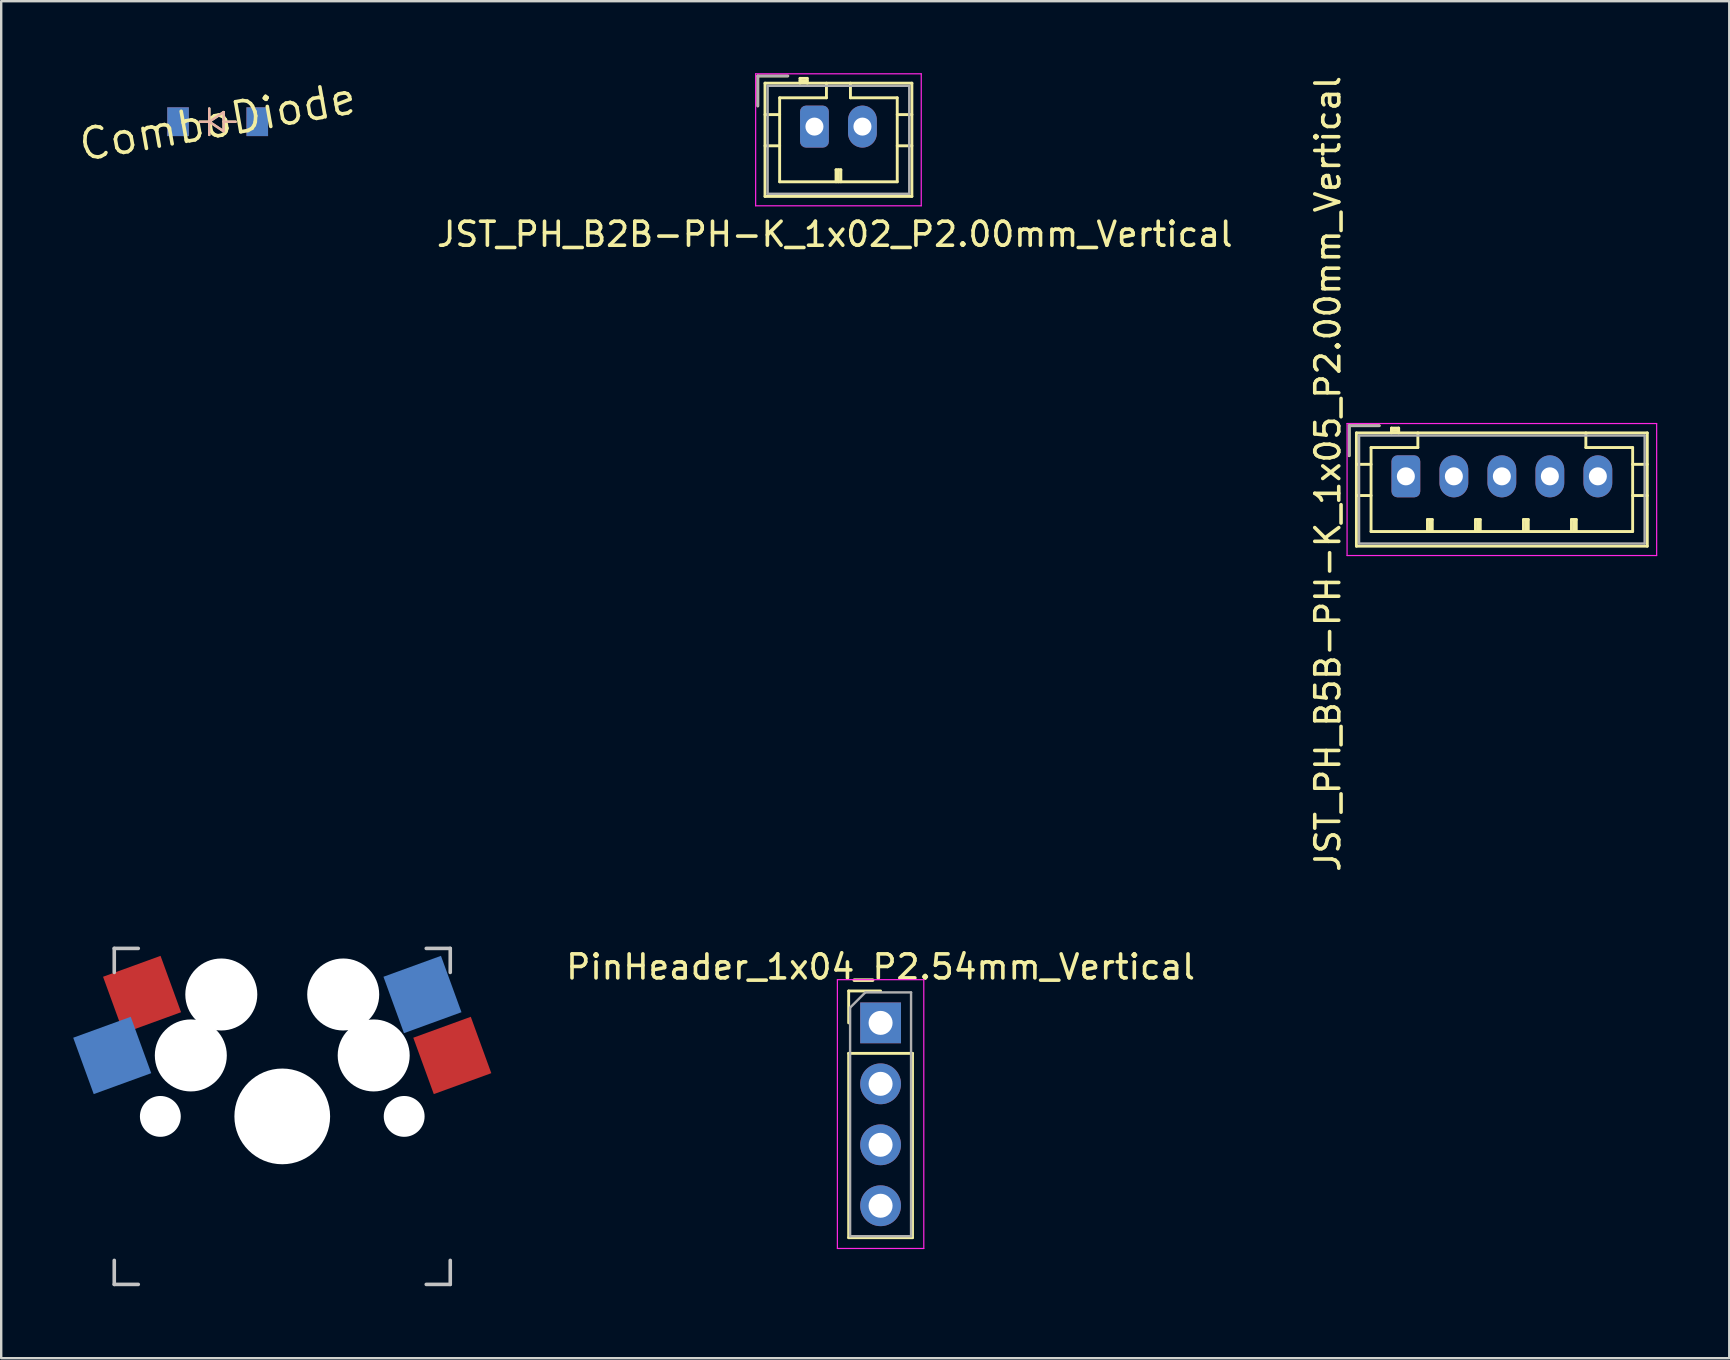
<source format=kicad_pcb>
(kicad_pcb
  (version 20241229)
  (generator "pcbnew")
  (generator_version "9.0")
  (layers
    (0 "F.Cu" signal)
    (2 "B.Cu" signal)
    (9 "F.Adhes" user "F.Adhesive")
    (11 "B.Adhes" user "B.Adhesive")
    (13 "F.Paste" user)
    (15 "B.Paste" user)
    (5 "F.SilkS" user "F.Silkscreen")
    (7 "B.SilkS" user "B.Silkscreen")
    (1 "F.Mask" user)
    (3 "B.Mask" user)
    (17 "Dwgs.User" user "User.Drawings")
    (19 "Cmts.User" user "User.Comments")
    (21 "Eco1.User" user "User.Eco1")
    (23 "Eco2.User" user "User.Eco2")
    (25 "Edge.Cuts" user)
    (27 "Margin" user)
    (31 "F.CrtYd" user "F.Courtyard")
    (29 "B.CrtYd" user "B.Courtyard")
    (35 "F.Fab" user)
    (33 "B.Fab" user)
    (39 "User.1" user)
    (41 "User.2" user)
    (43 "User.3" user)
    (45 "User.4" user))
  (footprint "ComboDiode"
    (layer "F.Cu")
    (at 6.019 2.021)
    (property "Reference" "ComboDiode" (at 0 0 10) (layer "F.SilkS") (effects (font (size 1.27 1.27) (thickness 0.15))))
    (attr through_hole)
    (fp_line (start -0.75 0) (end -0.35 0) (stroke (width 0.1) (type solid)) (layer "F.SilkS"))
    (fp_line (start -0.35 0) (end -0.35 -0.55) (stroke (width 0.1) (type solid)) (layer "F.SilkS"))
    (fp_line (start -0.35 0) (end -0.35 0.55) (stroke (width 0.1) (type solid)) (layer "F.SilkS"))
    (fp_line (start -0.35 0) (end 0.25 -0.4) (stroke (width 0.1) (type solid)) (layer "F.SilkS"))
    (fp_line (start 0.25 -0.4) (end 0.25 0.4) (stroke (width 0.1) (type solid)) (layer "F.SilkS"))
    (fp_line (start 0.25 0) (end 0.75 0) (stroke (width 0.1) (type solid)) (layer "F.SilkS"))
    (fp_line (start 0.25 0.4) (end -0.35 0) (stroke (width 0.1) (type solid)) (layer "F.SilkS"))
    (fp_line (start -0.75 0) (end -0.35 0) (stroke (width 0.1) (type solid)) (layer "B.SilkS"))
    (fp_line (start -0.35 0) (end -0.35 -0.55) (stroke (width 0.1) (type solid)) (layer "B.SilkS"))
    (fp_line (start -0.35 0) (end -0.35 0.55) (stroke (width 0.1) (type solid)) (layer "B.SilkS"))
    (fp_line (start -0.35 0) (end 0.25 -0.4) (stroke (width 0.1) (type solid)) (layer "B.SilkS"))
    (fp_line (start 0.25 -0.4) (end 0.25 0.4) (stroke (width 0.1) (type solid)) (layer "B.SilkS"))
    (fp_line (start 0.25 0) (end 0.75 0) (stroke (width 0.1) (type solid)) (layer "B.SilkS"))
    (fp_line (start 0.25 0.4) (end -0.35 0) (stroke (width 0.1) (type solid)) (layer "B.SilkS"))
    (pad "1" smd rect (at -1.65 0) (size 0.9 1.2) (layers "F.Cu" "F.Mask" "F.Paste"))
    (pad "1" smd rect (at -1.65 0) (size 0.9 1.2) (layers "B.Cu" "B.Mask" "B.Paste"))
    (pad "2" smd rect (at 1.65 0) (size 0.9 1.2) (layers "F.Cu" "F.Mask" "F.Paste"))
    (pad "2" smd rect (at 1.65 0) (size 0.9 1.2) (layers "B.Cu" "B.Mask" "B.Paste")))
  (footprint "JST_PH_B5B-PH-K_1x05_P2.00mm_Vertical"
    (layer "F.Cu")
    (at 55.529 16.798)
    (property "Reference" "JST_PH_B5B-PH-K_1x05_P2.00mm_Vertical" (at -3.251 -0.102 270) (layer "F.SilkS") (effects (font (size 1 1) (thickness 0.15))))
    (attr through_hole)
    (fp_line (start -2.36 -2.11) (end -2.36 -0.86) (stroke (width 0.12) (type solid)) (layer "F.SilkS"))
    (fp_line (start -2.06 -1.81) (end -2.06 2.91) (stroke (width 0.12) (type solid)) (layer "F.SilkS"))
    (fp_line (start -2.06 -0.5) (end -1.45 -0.5) (stroke (width 0.12) (type solid)) (layer "F.SilkS"))
    (fp_line (start -2.06 0.8) (end -1.45 0.8) (stroke (width 0.12) (type solid)) (layer "F.SilkS"))
    (fp_line (start -2.06 2.91) (end 10.06 2.91) (stroke (width 0.12) (type solid)) (layer "F.SilkS"))
    (fp_line (start -1.45 -1.2) (end -1.45 2.3) (stroke (width 0.12) (type solid)) (layer "F.SilkS"))
    (fp_line (start -1.45 2.3) (end 9.45 2.3) (stroke (width 0.12) (type solid)) (layer "F.SilkS"))
    (fp_line (start -1.11 -2.11) (end -2.36 -2.11) (stroke (width 0.12) (type solid)) (layer "F.SilkS"))
    (fp_line (start -0.6 -2.01) (end -0.6 -1.81) (stroke (width 0.12) (type solid)) (layer "F.SilkS"))
    (fp_line (start -0.3 -2.01) (end -0.6 -2.01) (stroke (width 0.12) (type solid)) (layer "F.SilkS"))
    (fp_line (start -0.3 -1.91) (end -0.6 -1.91) (stroke (width 0.12) (type solid)) (layer "F.SilkS"))
    (fp_line (start -0.3 -1.81) (end -0.3 -2.01) (stroke (width 0.12) (type solid)) (layer "F.SilkS"))
    (fp_line (start 0.5 -1.81) (end 0.5 -1.2) (stroke (width 0.12) (type solid)) (layer "F.SilkS"))
    (fp_line (start 0.5 -1.2) (end -1.45 -1.2) (stroke (width 0.12) (type solid)) (layer "F.SilkS"))
    (fp_line (start 0.9 1.8) (end 1.1 1.8) (stroke (width 0.12) (type solid)) (layer "F.SilkS"))
    (fp_line (start 0.9 2.3) (end 0.9 1.8) (stroke (width 0.12) (type solid)) (layer "F.SilkS"))
    (fp_line (start 1 2.3) (end 1 1.8) (stroke (width 0.12) (type solid)) (layer "F.SilkS"))
    (fp_line (start 1.1 1.8) (end 1.1 2.3) (stroke (width 0.12) (type solid)) (layer "F.SilkS"))
    (fp_line (start 2.9 1.8) (end 3.1 1.8) (stroke (width 0.12) (type solid)) (layer "F.SilkS"))
    (fp_line (start 2.9 2.3) (end 2.9 1.8) (stroke (width 0.12) (type solid)) (layer "F.SilkS"))
    (fp_line (start 3 2.3) (end 3 1.8) (stroke (width 0.12) (type solid)) (layer "F.SilkS"))
    (fp_line (start 3.1 1.8) (end 3.1 2.3) (stroke (width 0.12) (type solid)) (layer "F.SilkS"))
    (fp_line (start 4.9 1.8) (end 5.1 1.8) (stroke (width 0.12) (type solid)) (layer "F.SilkS"))
    (fp_line (start 4.9 2.3) (end 4.9 1.8) (stroke (width 0.12) (type solid)) (layer "F.SilkS"))
    (fp_line (start 5 2.3) (end 5 1.8) (stroke (width 0.12) (type solid)) (layer "F.SilkS"))
    (fp_line (start 5.1 1.8) (end 5.1 2.3) (stroke (width 0.12) (type solid)) (layer "F.SilkS"))
    (fp_line (start 6.9 1.8) (end 7.1 1.8) (stroke (width 0.12) (type solid)) (layer "F.SilkS"))
    (fp_line (start 6.9 2.3) (end 6.9 1.8) (stroke (width 0.12) (type solid)) (layer "F.SilkS"))
    (fp_line (start 7 2.3) (end 7 1.8) (stroke (width 0.12) (type solid)) (layer "F.SilkS"))
    (fp_line (start 7.1 1.8) (end 7.1 2.3) (stroke (width 0.12) (type solid)) (layer "F.SilkS"))
    (fp_line (start 7.5 -1.2) (end 7.5 -1.81) (stroke (width 0.12) (type solid)) (layer "F.SilkS"))
    (fp_line (start 9.45 -1.2) (end 7.5 -1.2) (stroke (width 0.12) (type solid)) (layer "F.SilkS"))
    (fp_line (start 9.45 2.3) (end 9.45 -1.2) (stroke (width 0.12) (type solid)) (layer "F.SilkS"))
    (fp_line (start 10.06 -1.81) (end -2.06 -1.81) (stroke (width 0.12) (type solid)) (layer "F.SilkS"))
    (fp_line (start 10.06 -0.5) (end 9.45 -0.5) (stroke (width 0.12) (type solid)) (layer "F.SilkS"))
    (fp_line (start 10.06 0.8) (end 9.45 0.8) (stroke (width 0.12) (type solid)) (layer "F.SilkS"))
    (fp_line (start 10.06 2.91) (end 10.06 -1.81) (stroke (width 0.12) (type solid)) (layer "F.SilkS"))
    (fp_line (start -2.45 -2.2) (end -2.45 3.3) (stroke (width 0.05) (type solid)) (layer "F.CrtYd"))
    (fp_line (start -2.45 3.3) (end 10.45 3.3) (stroke (width 0.05) (type solid)) (layer "F.CrtYd"))
    (fp_line (start 10.45 -2.2) (end -2.45 -2.2) (stroke (width 0.05) (type solid)) (layer "F.CrtYd"))
    (fp_line (start 10.45 3.3) (end 10.45 -2.2) (stroke (width 0.05) (type solid)) (layer "F.CrtYd"))
    (fp_line (start -2.36 -2.11) (end -2.36 -0.86) (stroke (width 0.1) (type solid)) (layer "F.Fab"))
    (fp_line (start -1.95 -1.7) (end -1.95 2.8) (stroke (width 0.1) (type solid)) (layer "F.Fab"))
    (fp_line (start -1.95 2.8) (end 9.95 2.8) (stroke (width 0.1) (type solid)) (layer "F.Fab"))
    (fp_line (start -1.11 -2.11) (end -2.36 -2.11) (stroke (width 0.1) (type solid)) (layer "F.Fab"))
    (fp_line (start 9.95 -1.7) (end -1.95 -1.7) (stroke (width 0.1) (type solid)) (layer "F.Fab"))
    (fp_line (start 9.95 2.8) (end 9.95 -1.7) (stroke (width 0.1) (type solid)) (layer "F.Fab"))
    (pad "1" thru_hole roundrect (at 0 0) (size 1.2 1.75) (drill 0.75) (layers "*.Cu" "*.Mask") (roundrect_rratio 0.208))
    (pad "2" thru_hole oval (at 2 0) (size 1.2 1.75) (drill 0.75) (layers "*.Cu" "*.Mask"))
    (pad "3" thru_hole oval (at 4 0) (size 1.2 1.75) (drill 0.75) (layers "*.Cu" "*.Mask"))
    (pad "4" thru_hole oval (at 6 0) (size 1.2 1.75) (drill 0.75) (layers "*.Cu" "*.Mask"))
    (pad "5" thru_hole oval (at 8 0) (size 1.2 1.75) (drill 0.75) (layers "*.Cu" "*.Mask")))
  (footprint "MX"
    (layer "F.Cu")
    (at 8.711 43.468)
    (property "Reference" "MX" (at 0 0 20) (layer "F.SilkS") (effects (font (size 1.27 1.27) (thickness 0.15))))
    (attr through_hole)
    (fp_line (start -7 -6) (end -7 -7) (stroke (width 0.15) (type solid)) (layer "Dwgs.User"))
    (fp_line (start -7 7) (end -7 6) (stroke (width 0.15) (type solid)) (layer "Dwgs.User"))
    (fp_line (start -7 7) (end -6 7) (stroke (width 0.15) (type solid)) (layer "Dwgs.User"))
    (fp_line (start -6 -7) (end -7 -7) (stroke (width 0.15) (type solid)) (layer "Dwgs.User"))
    (fp_line (start 6 7) (end 7 7) (stroke (width 0.15) (type solid)) (layer "Dwgs.User"))
    (fp_line (start 7 -7) (end 6 -7) (stroke (width 0.15) (type solid)) (layer "Dwgs.User"))
    (fp_line (start 7 -7) (end 7 -6) (stroke (width 0.15) (type solid)) (layer "Dwgs.User"))
    (fp_line (start 7 6) (end 7 7) (stroke (width 0.15) (type solid)) (layer "Dwgs.User"))
    (pad "" np_thru_hole circle (at -5.08 0 20) (size 1.702 1.702) (drill 1.702) (layers "*.Cu" "*.Mask"))
    (pad "" np_thru_hole circle (at -3.81 -2.54 20) (size 3 3) (drill 3) (layers "*.Cu" "*.Mask"))
    (pad "" np_thru_hole circle (at -2.54 -5.08 20) (size 3 3) (drill 3) (layers "*.Cu" "*.Mask"))
    (pad "" np_thru_hole circle (at 0 0 20) (size 3.988 3.988) (drill 3.988) (layers "*.Cu" "*.Mask"))
    (pad "" np_thru_hole circle (at 2.54 -5.08 20) (size 3 3) (drill 3) (layers "*.Cu" "*.Mask"))
    (pad "" np_thru_hole circle (at 3.81 -2.54 20) (size 3 3) (drill 3) (layers "*.Cu" "*.Mask"))
    (pad "" np_thru_hole circle (at 5.08 0 20) (size 1.702 1.702) (drill 1.702) (layers "*.Cu" "*.Mask"))
    (pad "1" smd rect (at -7.085 -2.54 200) (size 2.55 2.5) (layers "B.Cu" "B.Mask" "B.Paste"))
    (pad "1" smd rect (at 7.085 -2.54 200) (size 2.55 2.5) (layers "F.Cu" "F.Mask" "F.Paste"))
    (pad "2" smd rect (at -5.842 -5.08 200) (size 2.55 2.5) (layers "F.Cu" "F.Mask" "F.Paste"))
    (pad "2" smd rect (at 5.842 -5.08 200) (size 2.55 2.5) (layers "B.Cu" "B.Mask" "B.Paste")))
  (footprint "PinHeader_1x04_P2.54mm_Vertical"
    (layer "F.Cu")
    (at 33.642 39.571)
    (property "Reference" "PinHeader_1x04_P2.54mm_Vertical" (at 0 -2.33 0) (layer "F.SilkS") (effects (font (size 1 1) (thickness 0.15))))
    (attr through_hole)
    (fp_line (start -1.33 -1.33) (end 0 -1.33) (stroke (width 0.12) (type solid)) (layer "F.SilkS"))
    (fp_line (start -1.33 0) (end -1.33 -1.33) (stroke (width 0.12) (type solid)) (layer "F.SilkS"))
    (fp_line (start -1.33 1.27) (end -1.33 8.95) (stroke (width 0.12) (type solid)) (layer "F.SilkS"))
    (fp_line (start -1.33 1.27) (end 1.33 1.27) (stroke (width 0.12) (type solid)) (layer "F.SilkS"))
    (fp_line (start -1.33 8.95) (end 1.33 8.95) (stroke (width 0.12) (type solid)) (layer "F.SilkS"))
    (fp_line (start 1.33 1.27) (end 1.33 8.95) (stroke (width 0.12) (type solid)) (layer "F.SilkS"))
    (fp_line (start -1.8 -1.8) (end -1.8 9.4) (stroke (width 0.05) (type solid)) (layer "F.CrtYd"))
    (fp_line (start -1.8 9.4) (end 1.8 9.4) (stroke (width 0.05) (type solid)) (layer "F.CrtYd"))
    (fp_line (start 1.8 -1.8) (end -1.8 -1.8) (stroke (width 0.05) (type solid)) (layer "F.CrtYd"))
    (fp_line (start 1.8 9.4) (end 1.8 -1.8) (stroke (width 0.05) (type solid)) (layer "F.CrtYd"))
    (fp_line (start -1.27 -0.635) (end -0.635 -1.27) (stroke (width 0.1) (type solid)) (layer "F.Fab"))
    (fp_line (start -1.27 8.89) (end -1.27 -0.635) (stroke (width 0.1) (type solid)) (layer "F.Fab"))
    (fp_line (start -0.635 -1.27) (end 1.27 -1.27) (stroke (width 0.1) (type solid)) (layer "F.Fab"))
    (fp_line (start 1.27 -1.27) (end 1.27 8.89) (stroke (width 0.1) (type solid)) (layer "F.Fab"))
    (fp_line (start 1.27 8.89) (end -1.27 8.89) (stroke (width 0.1) (type solid)) (layer "F.Fab"))
    (pad "1" thru_hole rect (at 0 0) (size 1.7 1.7) (drill 1) (layers "*.Cu" "*.Mask"))
    (pad "2" thru_hole oval (at 0 2.54) (size 1.7 1.7) (drill 1) (layers "*.Cu" "*.Mask"))
    (pad "3" thru_hole oval (at 0 5.08) (size 1.7 1.7) (drill 1) (layers "*.Cu" "*.Mask"))
    (pad "4" thru_hole oval (at 0 7.62) (size 1.7 1.7) (drill 1) (layers "*.Cu" "*.Mask")))
  (footprint "JST_PH_B2B-PH-K_1x02_P2.00mm_Vertical"
    (layer "F.Cu")
    (at 30.886 2.225)
    (property "Reference" "JST_PH_B2B-PH-K_1x02_P2.00mm_Vertical" (at 0.848 4.487 0) (layer "F.SilkS") (effects (font (size 1 1) (thickness 0.15))))
    (attr through_hole)
    (fp_line (start -2.36 -2.11) (end -2.36 -0.86) (stroke (width 0.12) (type solid)) (layer "F.SilkS"))
    (fp_line (start -2.06 -1.81) (end -2.06 2.91) (stroke (width 0.12) (type solid)) (layer "F.SilkS"))
    (fp_line (start -2.06 -0.5) (end -1.45 -0.5) (stroke (width 0.12) (type solid)) (layer "F.SilkS"))
    (fp_line (start -2.06 0.8) (end -1.45 0.8) (stroke (width 0.12) (type solid)) (layer "F.SilkS"))
    (fp_line (start -2.06 2.91) (end 4.06 2.91) (stroke (width 0.12) (type solid)) (layer "F.SilkS"))
    (fp_line (start -1.45 -1.2) (end -1.45 2.3) (stroke (width 0.12) (type solid)) (layer "F.SilkS"))
    (fp_line (start -1.45 2.3) (end 3.45 2.3) (stroke (width 0.12) (type solid)) (layer "F.SilkS"))
    (fp_line (start -1.11 -2.11) (end -2.36 -2.11) (stroke (width 0.12) (type solid)) (layer "F.SilkS"))
    (fp_line (start -0.6 -2.01) (end -0.6 -1.81) (stroke (width 0.12) (type solid)) (layer "F.SilkS"))
    (fp_line (start -0.3 -2.01) (end -0.6 -2.01) (stroke (width 0.12) (type solid)) (layer "F.SilkS"))
    (fp_line (start -0.3 -1.91) (end -0.6 -1.91) (stroke (width 0.12) (type solid)) (layer "F.SilkS"))
    (fp_line (start -0.3 -1.81) (end -0.3 -2.01) (stroke (width 0.12) (type solid)) (layer "F.SilkS"))
    (fp_line (start 0.5 -1.81) (end 0.5 -1.2) (stroke (width 0.12) (type solid)) (layer "F.SilkS"))
    (fp_line (start 0.5 -1.2) (end -1.45 -1.2) (stroke (width 0.12) (type solid)) (layer "F.SilkS"))
    (fp_line (start 0.9 1.8) (end 1.1 1.8) (stroke (width 0.12) (type solid)) (layer "F.SilkS"))
    (fp_line (start 0.9 2.3) (end 0.9 1.8) (stroke (width 0.12) (type solid)) (layer "F.SilkS"))
    (fp_line (start 1 2.3) (end 1 1.8) (stroke (width 0.12) (type solid)) (layer "F.SilkS"))
    (fp_line (start 1.1 1.8) (end 1.1 2.3) (stroke (width 0.12) (type solid)) (layer "F.SilkS"))
    (fp_line (start 1.5 -1.2) (end 1.5 -1.81) (stroke (width 0.12) (type solid)) (layer "F.SilkS"))
    (fp_line (start 3.45 -1.2) (end 1.5 -1.2) (stroke (width 0.12) (type solid)) (layer "F.SilkS"))
    (fp_line (start 3.45 2.3) (end 3.45 -1.2) (stroke (width 0.12) (type solid)) (layer "F.SilkS"))
    (fp_line (start 4.06 -1.81) (end -2.06 -1.81) (stroke (width 0.12) (type solid)) (layer "F.SilkS"))
    (fp_line (start 4.06 -0.5) (end 3.45 -0.5) (stroke (width 0.12) (type solid)) (layer "F.SilkS"))
    (fp_line (start 4.06 0.8) (end 3.45 0.8) (stroke (width 0.12) (type solid)) (layer "F.SilkS"))
    (fp_line (start 4.06 2.91) (end 4.06 -1.81) (stroke (width 0.12) (type solid)) (layer "F.SilkS"))
    (fp_line (start -2.45 -2.2) (end -2.45 3.3) (stroke (width 0.05) (type solid)) (layer "F.CrtYd"))
    (fp_line (start -2.45 3.3) (end 4.45 3.3) (stroke (width 0.05) (type solid)) (layer "F.CrtYd"))
    (fp_line (start 4.45 -2.2) (end -2.45 -2.2) (stroke (width 0.05) (type solid)) (layer "F.CrtYd"))
    (fp_line (start 4.45 3.3) (end 4.45 -2.2) (stroke (width 0.05) (type solid)) (layer "F.CrtYd"))
    (fp_line (start -2.36 -2.11) (end -2.36 -0.86) (stroke (width 0.1) (type solid)) (layer "F.Fab"))
    (fp_line (start -1.95 -1.7) (end -1.95 2.8) (stroke (width 0.1) (type solid)) (layer "F.Fab"))
    (fp_line (start -1.95 2.8) (end 3.95 2.8) (stroke (width 0.1) (type solid)) (layer "F.Fab"))
    (fp_line (start -1.11 -2.11) (end -2.36 -2.11) (stroke (width 0.1) (type solid)) (layer "F.Fab"))
    (fp_line (start 3.95 -1.7) (end -1.95 -1.7) (stroke (width 0.1) (type solid)) (layer "F.Fab"))
    (fp_line (start 3.95 2.8) (end 3.95 -1.7) (stroke (width 0.1) (type solid)) (layer "F.Fab"))
    (pad "1" thru_hole roundrect (at 0 0) (size 1.2 1.75) (drill 0.75) (layers "*.Cu" "*.Mask") (roundrect_rratio 0.208))
    (pad "2" thru_hole oval (at 2 0) (size 1.2 1.75) (drill 0.75) (layers "*.Cu" "*.Mask")))
  (gr_rect
    (start -3 -3)
    (end 69.004 53.543)
    (stroke (width 0.1) (type default))
    (fill no)
    (layer "Edge.Cuts")))
</source>
